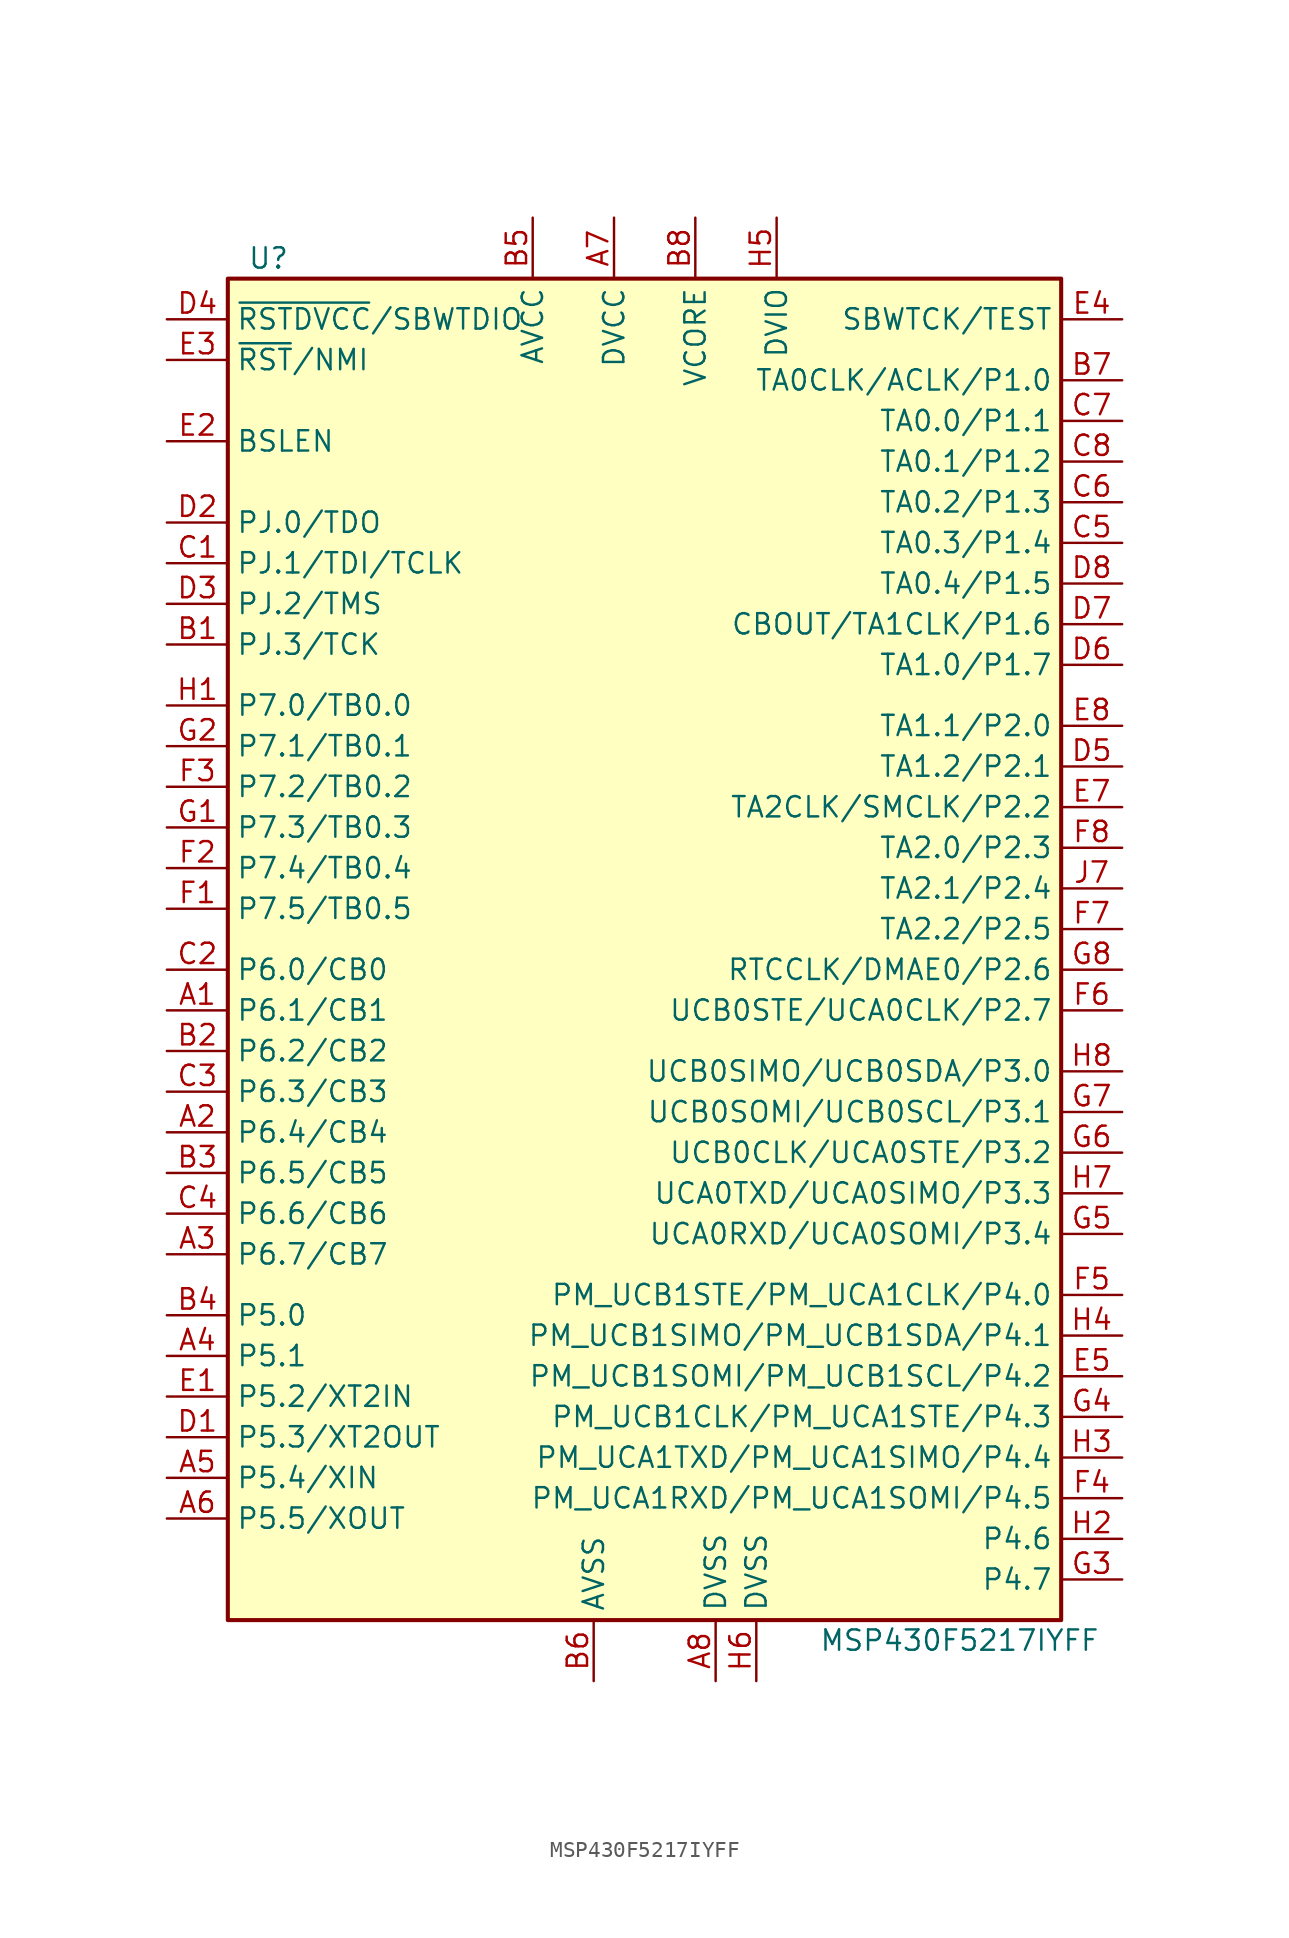
<source format=kicad_sym>
(kicad_symbol_lib
  (version 20201005)
  (generator kicad_symbol_editor)
  (symbol "MSP430F5217IYFF"
    (property "Reference" "U"
      (at -24.13 43.18 0)
      (effects (font (size 1.27 1.27))))
    (property "Value" "MSP430F5217IYFF"
      (at 19.05 -43.18 0)
      (effects (font (size 1.27 1.27))))
    (symbol "MSP430F5217IYFF_0_1"
      (rectangle (start -26.67 41.91) (end 25.4 -41.91) (stroke (width 0.254)) (fill (type background))))
    (symbol "MSP430F5217IYFF_1_1"
      (pin bidirectional line (at -30.48 -3.81 0) (length 3.81) (name "P6.1/CB1" (effects (font (size 1.27 1.27)))) (number "A1" (effects (font (size 1.27 1.27)))))
      (pin bidirectional line (at -30.48 -11.43 0) (length 3.81) (name "P6.4/CB4" (effects (font (size 1.27 1.27)))) (number "A2" (effects (font (size 1.27 1.27)))))
      (pin bidirectional line (at -30.48 -19.05 0) (length 3.81) (name "P6.7/CB7" (effects (font (size 1.27 1.27)))) (number "A3" (effects (font (size 1.27 1.27)))))
      (pin bidirectional line (at -30.48 -25.4 0) (length 3.81) (name "P5.1" (effects (font (size 1.27 1.27)))) (number "A4" (effects (font (size 1.27 1.27)))))
      (pin bidirectional line (at -30.48 -33.02 0) (length 3.81) (name "P5.4/XIN" (effects (font (size 1.27 1.27)))) (number "A5" (effects (font (size 1.27 1.27)))))
      (pin bidirectional line (at -30.48 -35.56 0) (length 3.81) (name "P5.5/XOUT" (effects (font (size 1.27 1.27)))) (number "A6" (effects (font (size 1.27 1.27)))))
      (pin power_in line (at -2.54 45.72 270) (length 3.81) (name "DVCC" (effects (font (size 1.27 1.27)))) (number "A7" (effects (font (size 1.27 1.27)))))
      (pin power_in line (at 3.81 -45.72 90) (length 3.81) (name "DVSS" (effects (font (size 1.27 1.27)))) (number "A8" (effects (font (size 1.27 1.27)))))
      (pin bidirectional line (at -30.48 19.05 0) (length 3.81) (name "PJ.3/TCK" (effects (font (size 1.27 1.27)))) (number "B1" (effects (font (size 1.27 1.27)))))
      (pin bidirectional line (at -30.48 -6.35 0) (length 3.81) (name "P6.2/CB2" (effects (font (size 1.27 1.27)))) (number "B2" (effects (font (size 1.27 1.27)))))
      (pin bidirectional line (at -30.48 -13.97 0) (length 3.81) (name "P6.5/CB5" (effects (font (size 1.27 1.27)))) (number "B3" (effects (font (size 1.27 1.27)))))
      (pin bidirectional line (at -30.48 -22.86 0) (length 3.81) (name "P5.0" (effects (font (size 1.27 1.27)))) (number "B4" (effects (font (size 1.27 1.27)))))
      (pin power_in line (at -7.62 45.72 270) (length 3.81) (name "AVCC" (effects (font (size 1.27 1.27)))) (number "B5" (effects (font (size 1.27 1.27)))))
      (pin power_in line (at -3.81 -45.72 90) (length 3.81) (name "AVSS" (effects (font (size 1.27 1.27)))) (number "B6" (effects (font (size 1.27 1.27)))))
      (pin bidirectional line (at 29.21 35.56 180) (length 3.81) (name "TA0CLK/ACLK/P1.0" (effects (font (size 1.27 1.27)))) (number "B7" (effects (font (size 1.27 1.27)))))
      (pin power_in line (at 2.54 45.72 270) (length 3.81) (name "VCORE" (effects (font (size 1.27 1.27)))) (number "B8" (effects (font (size 1.27 1.27)))))
      (pin bidirectional line (at -30.48 24.13 0) (length 3.81) (name "PJ.1/TDI/TCLK" (effects (font (size 1.27 1.27)))) (number "C1" (effects (font (size 1.27 1.27)))))
      (pin bidirectional line (at -30.48 -1.27 0) (length 3.81) (name "P6.0/CB0" (effects (font (size 1.27 1.27)))) (number "C2" (effects (font (size 1.27 1.27)))))
      (pin bidirectional line (at -30.48 -8.89 0) (length 3.81) (name "P6.3/CB3" (effects (font (size 1.27 1.27)))) (number "C3" (effects (font (size 1.27 1.27)))))
      (pin bidirectional line (at -30.48 -16.51 0) (length 3.81) (name "P6.6/CB6" (effects (font (size 1.27 1.27)))) (number "C4" (effects (font (size 1.27 1.27)))))
      (pin bidirectional line (at 29.21 25.4 180) (length 3.81) (name "TA0.3/P1.4" (effects (font (size 1.27 1.27)))) (number "C5" (effects (font (size 1.27 1.27)))))
      (pin bidirectional line (at 29.21 27.94 180) (length 3.81) (name "TA0.2/P1.3" (effects (font (size 1.27 1.27)))) (number "C6" (effects (font (size 1.27 1.27)))))
      (pin bidirectional line (at 29.21 33.02 180) (length 3.81) (name "TA0.0/P1.1" (effects (font (size 1.27 1.27)))) (number "C7" (effects (font (size 1.27 1.27)))))
      (pin bidirectional line (at 29.21 30.48 180) (length 3.81) (name "TA0.1/P1.2" (effects (font (size 1.27 1.27)))) (number "C8" (effects (font (size 1.27 1.27)))))
      (pin bidirectional line (at -30.48 -30.48 0) (length 3.81) (name "P5.3/XT2OUT" (effects (font (size 1.27 1.27)))) (number "D1" (effects (font (size 1.27 1.27)))))
      (pin bidirectional line (at -30.48 26.67 0) (length 3.81) (name "PJ.0/TDO" (effects (font (size 1.27 1.27)))) (number "D2" (effects (font (size 1.27 1.27)))))
      (pin bidirectional line (at -30.48 21.59 0) (length 3.81) (name "PJ.2/TMS" (effects (font (size 1.27 1.27)))) (number "D3" (effects (font (size 1.27 1.27)))))
      (pin bidirectional line (at -30.48 39.37 0) (length 3.81) (name "~RSTDVCC~/SBWTDIO" (effects (font (size 1.27 1.27)))) (number "D4" (effects (font (size 1.27 1.27)))))
      (pin bidirectional line (at 29.21 11.43 180) (length 3.81) (name "TA1.2/P2.1" (effects (font (size 1.27 1.27)))) (number "D5" (effects (font (size 1.27 1.27)))))
      (pin bidirectional line (at 29.21 17.78 180) (length 3.81) (name "TA1.0/P1.7" (effects (font (size 1.27 1.27)))) (number "D6" (effects (font (size 1.27 1.27)))))
      (pin bidirectional line (at 29.21 20.32 180) (length 3.81) (name "CBOUT/TA1CLK/P1.6" (effects (font (size 1.27 1.27)))) (number "D7" (effects (font (size 1.27 1.27)))))
      (pin bidirectional line (at 29.21 22.86 180) (length 3.81) (name "TA0.4/P1.5" (effects (font (size 1.27 1.27)))) (number "D8" (effects (font (size 1.27 1.27)))))
      (pin bidirectional line (at -30.48 -27.94 0) (length 3.81) (name "P5.2/XT2IN" (effects (font (size 1.27 1.27)))) (number "E1" (effects (font (size 1.27 1.27)))))
      (pin bidirectional line (at -30.48 31.75 0) (length 3.81) (name "BSLEN" (effects (font (size 1.27 1.27)))) (number "E2" (effects (font (size 1.27 1.27)))))
      (pin input line (at -30.48 36.83 0) (length 3.81) (name "~RST~/NMI" (effects (font (size 1.27 1.27)))) (number "E3" (effects (font (size 1.27 1.27)))))
      (pin input line (at 29.21 39.37 180) (length 3.81) (name "SBWTCK/TEST" (effects (font (size 1.27 1.27)))) (number "E4" (effects (font (size 1.27 1.27)))))
      (pin bidirectional line (at 29.21 -26.67 180) (length 3.81) (name "PM_UCB1SOMI/PM_UCB1SCL/P4.2" (effects (font (size 1.27 1.27)))) (number "E5" (effects (font (size 1.27 1.27)))))
      (pin bidirectional line (at 29.21 8.89 180) (length 3.81) (name "TA2CLK/SMCLK/P2.2" (effects (font (size 1.27 1.27)))) (number "E7" (effects (font (size 1.27 1.27)))))
      (pin bidirectional line (at 29.21 13.97 180) (length 3.81) (name "TA1.1/P2.0" (effects (font (size 1.27 1.27)))) (number "E8" (effects (font (size 1.27 1.27)))))
      (pin bidirectional line (at -30.48 2.54 0) (length 3.81) (name "P7.5/TB0.5" (effects (font (size 1.27 1.27)))) (number "F1" (effects (font (size 1.27 1.27)))))
      (pin bidirectional line (at -30.48 5.08 0) (length 3.81) (name "P7.4/TB0.4" (effects (font (size 1.27 1.27)))) (number "F2" (effects (font (size 1.27 1.27)))))
      (pin bidirectional line (at -30.48 10.16 0) (length 3.81) (name "P7.2/TB0.2" (effects (font (size 1.27 1.27)))) (number "F3" (effects (font (size 1.27 1.27)))))
      (pin bidirectional line (at 29.21 -34.29 180) (length 3.81) (name "PM_UCA1RXD/PM_UCA1SOMI/P4.5" (effects (font (size 1.27 1.27)))) (number "F4" (effects (font (size 1.27 1.27)))))
      (pin bidirectional line (at 29.21 -21.59 180) (length 3.81) (name "PM_UCB1STE/PM_UCA1CLK/P4.0" (effects (font (size 1.27 1.27)))) (number "F5" (effects (font (size 1.27 1.27)))))
      (pin bidirectional line (at 29.21 -3.81 180) (length 3.81) (name "UCB0STE/UCA0CLK/P2.7" (effects (font (size 1.27 1.27)))) (number "F6" (effects (font (size 1.27 1.27)))))
      (pin bidirectional line (at 29.21 1.27 180) (length 3.81) (name "TA2.2/P2.5" (effects (font (size 1.27 1.27)))) (number "F7" (effects (font (size 1.27 1.27)))))
      (pin bidirectional line (at 29.21 6.35 180) (length 3.81) (name "TA2.0/P2.3" (effects (font (size 1.27 1.27)))) (number "F8" (effects (font (size 1.27 1.27)))))
      (pin bidirectional line (at -30.48 7.62 0) (length 3.81) (name "P7.3/TB0.3" (effects (font (size 1.27 1.27)))) (number "G1" (effects (font (size 1.27 1.27)))))
      (pin bidirectional line (at -30.48 12.7 0) (length 3.81) (name "P7.1/TB0.1" (effects (font (size 1.27 1.27)))) (number "G2" (effects (font (size 1.27 1.27)))))
      (pin bidirectional line (at 29.21 -39.37 180) (length 3.81) (name "P4.7" (effects (font (size 1.27 1.27)))) (number "G3" (effects (font (size 1.27 1.27)))))
      (pin bidirectional line (at 29.21 -29.21 180) (length 3.81) (name "PM_UCB1CLK/PM_UCA1STE/P4.3" (effects (font (size 1.27 1.27)))) (number "G4" (effects (font (size 1.27 1.27)))))
      (pin bidirectional line (at 29.21 -17.78 180) (length 3.81) (name "UCA0RXD/UCA0SOMI/P3.4" (effects (font (size 1.27 1.27)))) (number "G5" (effects (font (size 1.27 1.27)))))
      (pin bidirectional line (at 29.21 -12.7 180) (length 3.81) (name "UCB0CLK/UCA0STE/P3.2" (effects (font (size 1.27 1.27)))) (number "G6" (effects (font (size 1.27 1.27)))))
      (pin bidirectional line (at 29.21 -10.16 180) (length 3.81) (name "UCB0SOMI/UCB0SCL/P3.1" (effects (font (size 1.27 1.27)))) (number "G7" (effects (font (size 1.27 1.27)))))
      (pin bidirectional line (at 29.21 -1.27 180) (length 3.81) (name "RTCCLK/DMAE0/P2.6" (effects (font (size 1.27 1.27)))) (number "G8" (effects (font (size 1.27 1.27)))))
      (pin bidirectional line (at -30.48 15.24 0) (length 3.81) (name "P7.0/TB0.0" (effects (font (size 1.27 1.27)))) (number "H1" (effects (font (size 1.27 1.27)))))
      (pin bidirectional line (at 29.21 -36.83 180) (length 3.81) (name "P4.6" (effects (font (size 1.27 1.27)))) (number "H2" (effects (font (size 1.27 1.27)))))
      (pin bidirectional line (at 29.21 -31.75 180) (length 3.81) (name "PM_UCA1TXD/PM_UCA1SIMO/P4.4" (effects (font (size 1.27 1.27)))) (number "H3" (effects (font (size 1.27 1.27)))))
      (pin bidirectional line (at 29.21 -24.13 180) (length 3.81) (name "PM_UCB1SIMO/PM_UCB1SDA/P4.1" (effects (font (size 1.27 1.27)))) (number "H4" (effects (font (size 1.27 1.27)))))
      (pin power_in line (at 7.62 45.72 270) (length 3.81) (name "DVIO" (effects (font (size 1.27 1.27)))) (number "H5" (effects (font (size 1.27 1.27)))))
      (pin power_in line (at 6.35 -45.72 90) (length 3.81) (name "DVSS" (effects (font (size 1.27 1.27)))) (number "H6" (effects (font (size 1.27 1.27)))))
      (pin bidirectional line (at 29.21 -15.24 180) (length 3.81) (name "UCA0TXD/UCA0SIMO/P3.3" (effects (font (size 1.27 1.27)))) (number "H7" (effects (font (size 1.27 1.27)))))
      (pin bidirectional line (at 29.21 -7.62 180) (length 3.81) (name "UCB0SIMO/UCB0SDA/P3.0" (effects (font (size 1.27 1.27)))) (number "H8" (effects (font (size 1.27 1.27)))))
      (pin bidirectional line (at 29.21 3.81 180) (length 3.81) (name "TA2.1/P2.4" (effects (font (size 1.27 1.27)))) (number "J7" (effects (font (size 1.27 1.27))))))))
</source>
